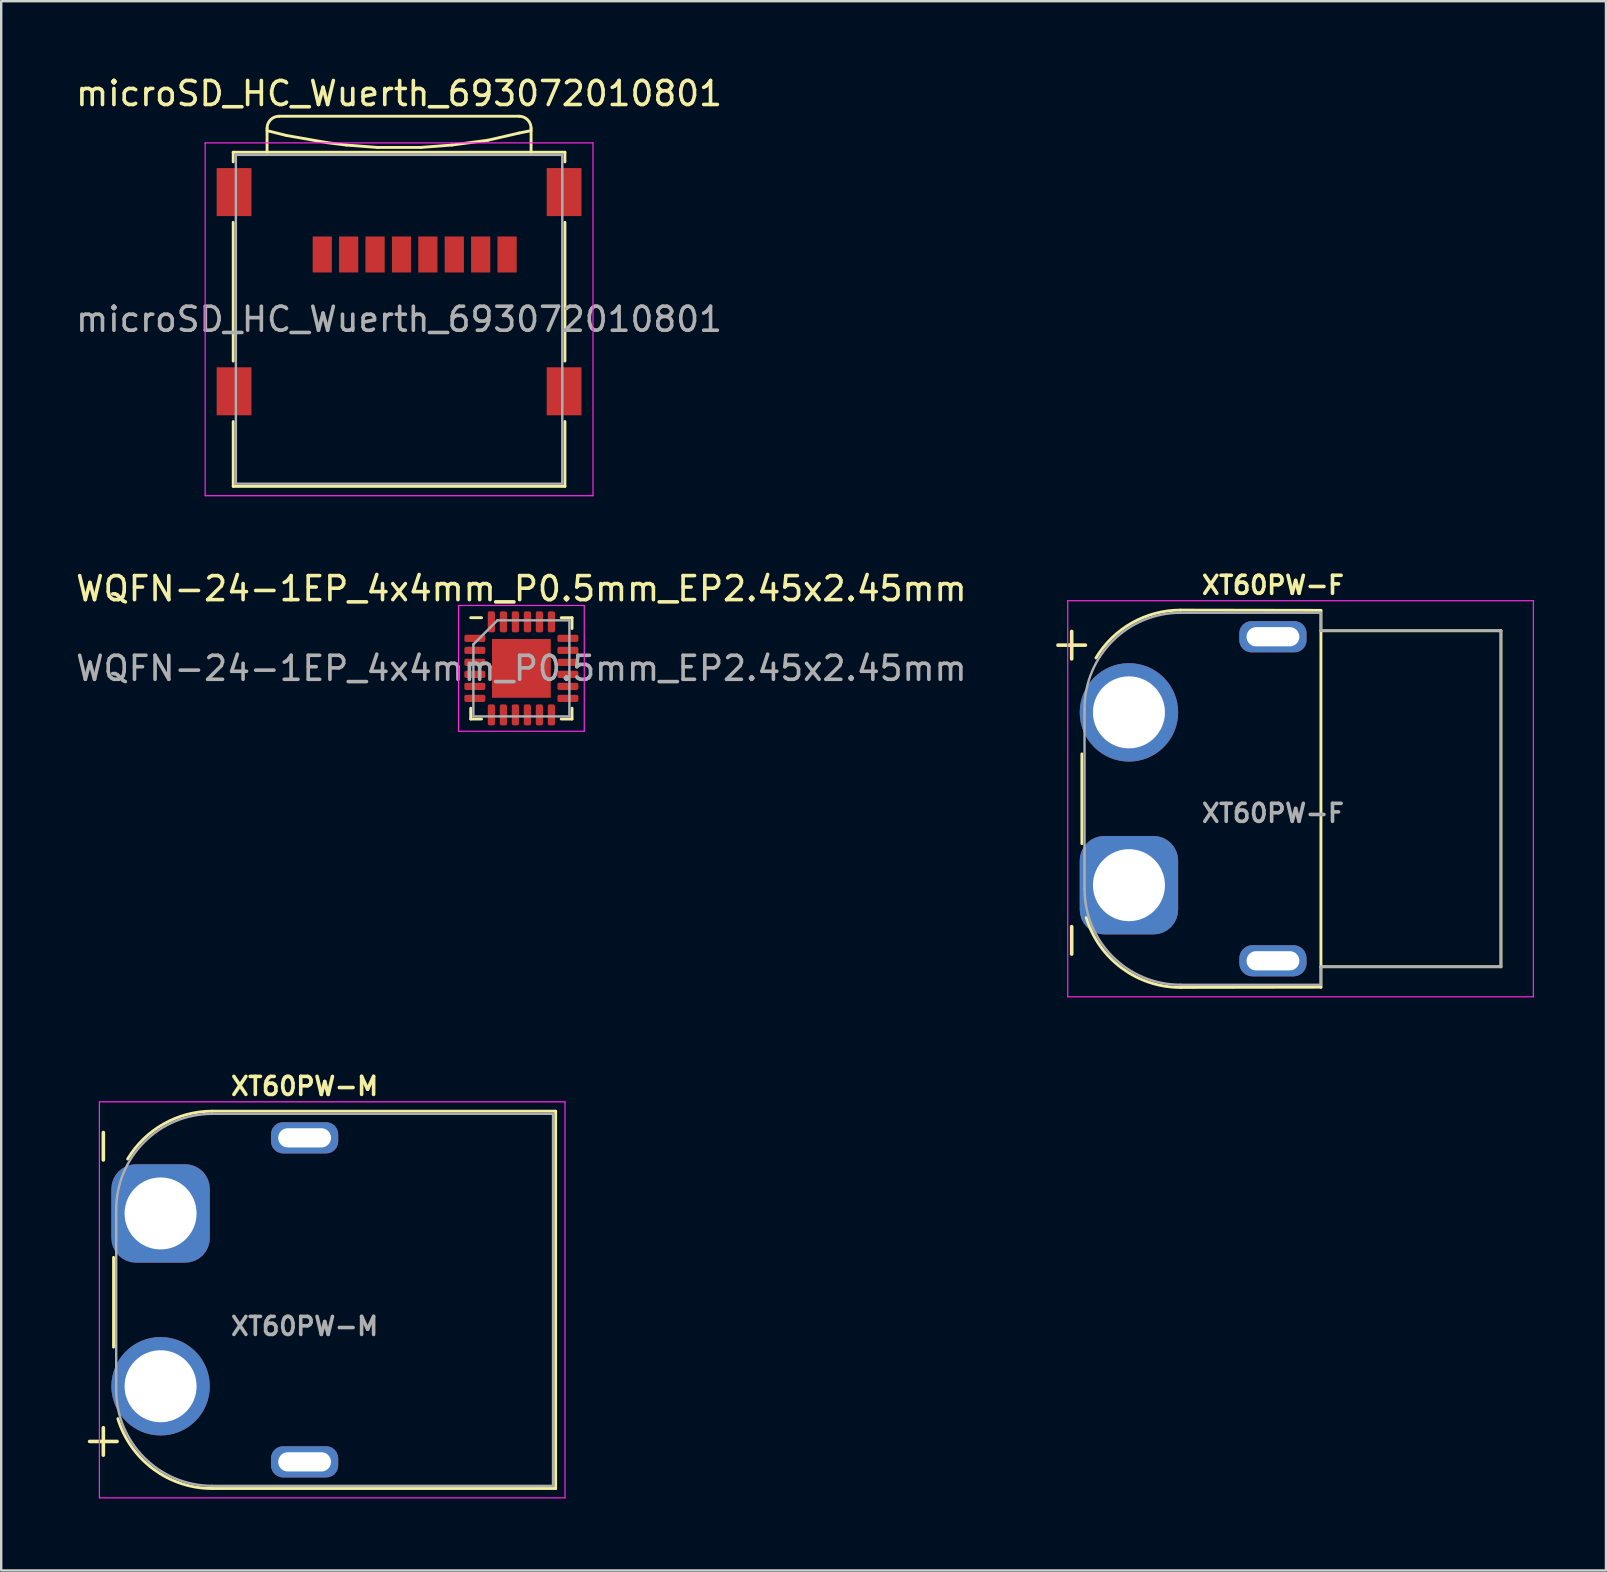
<source format=kicad_pcb>
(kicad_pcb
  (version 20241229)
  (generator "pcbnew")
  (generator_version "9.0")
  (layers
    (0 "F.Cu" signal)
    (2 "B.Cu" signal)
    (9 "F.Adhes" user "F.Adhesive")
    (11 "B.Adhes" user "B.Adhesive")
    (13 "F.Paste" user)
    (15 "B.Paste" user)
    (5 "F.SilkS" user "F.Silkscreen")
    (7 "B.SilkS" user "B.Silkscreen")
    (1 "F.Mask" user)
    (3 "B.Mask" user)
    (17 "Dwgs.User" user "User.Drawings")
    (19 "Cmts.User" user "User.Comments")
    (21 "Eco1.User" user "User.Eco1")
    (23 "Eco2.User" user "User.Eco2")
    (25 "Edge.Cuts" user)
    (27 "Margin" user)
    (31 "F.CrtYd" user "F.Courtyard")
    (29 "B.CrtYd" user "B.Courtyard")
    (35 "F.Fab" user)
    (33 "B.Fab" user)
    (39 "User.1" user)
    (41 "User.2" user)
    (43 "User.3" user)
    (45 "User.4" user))
  (footprint "XT60PW-F"
    (layer "F.Cu")
    (at 43.986 30.23)
    (property "Reference" "XT60PW-F" (at 6 -8.9 0) (unlocked yes) (layer "F.SilkS") (effects (font (size 0.75 0.75) (thickness 0.15) (bold yes))))
    (attr through_hole)
    (fp_line (start -1.96 -1.87) (end -1.96 1.87) (stroke (width 0.12) (type solid)) (layer "F.SilkS"))
    (fp_line (start 8 -7.85) (end 2.15 -7.86) (stroke (width 0.12) (type solid)) (layer "F.SilkS"))
    (fp_line (start 8 -7) (end 15.5 -7) (stroke (width 0.12) (type default)) (layer "F.SilkS"))
    (fp_line (start 8 7) (end 15.5 7) (stroke (width 0.12) (type default)) (layer "F.SilkS"))
    (fp_line (start 8 7.85) (end 2.15 7.86) (stroke (width 0.12) (type solid)) (layer "F.SilkS"))
    (fp_line (start 8 7.85) (end 8 -7.85) (stroke (width 0.12) (type default)) (layer "F.SilkS"))
    (fp_line (start 15.5 7) (end 15.5 -7) (stroke (width 0.12) (type default)) (layer "F.SilkS"))
    (fp_arc (start -1.372958 -5.866806) (mid 0.126139 -7.327162) (end 2.15 -7.86) (stroke (width 0.12) (type solid)) (layer "F.SilkS"))
    (fp_arc (start 2.15 7.86) (mid -0.294722 7.053852) (end -1.780413 4.951648) (stroke (width 0.12) (type solid)) (layer "F.SilkS"))
    (fp_line (start -2.55 8.25) (end -2.55 -8.25) (stroke (width 0.05) (type solid)) (layer "F.CrtYd"))
    (fp_line (start 16.85 -8.25) (end -2.55 -8.25) (stroke (width 0.05) (type solid)) (layer "F.CrtYd"))
    (fp_line (start 16.85 -8.25) (end 16.85 8.25) (stroke (width 0.05) (type solid)) (layer "F.CrtYd"))
    (fp_line (start 16.85 8.25) (end -2.55 8.25) (stroke (width 0.05) (type solid)) (layer "F.CrtYd"))
    (fp_line (start -1.85 -3.75) (end -1.85 3.75) (stroke (width 0.1) (type solid)) (layer "F.Fab"))
    (fp_line (start 8 -7.75) (end 2.15 -7.75) (stroke (width 0.1) (type solid)) (layer "F.Fab"))
    (fp_line (start 8 -7.75) (end 8 -7) (stroke (width 0.1) (type default)) (layer "F.Fab"))
    (fp_line (start 8 -7) (end 15.5 -7) (stroke (width 0.1) (type default)) (layer "F.Fab"))
    (fp_line (start 8 7) (end 8 7.75) (stroke (width 0.1) (type default)) (layer "F.Fab"))
    (fp_line (start 8 7.75) (end 2.15 7.75) (stroke (width 0.1) (type solid)) (layer "F.Fab"))
    (fp_line (start 15.5 -7) (end 15.5 7) (stroke (width 0.1) (type solid)) (layer "F.Fab"))
    (fp_line (start 15.5 7) (end 8 7) (stroke (width 0.1) (type default)) (layer "F.Fab"))
    (fp_arc (start -1.85 -3.75) (mid -0.678427 -6.578427) (end 2.15 -7.75) (stroke (width 0.1) (type solid)) (layer "F.Fab"))
    (fp_arc (start 2.15 7.75) (mid -0.678427 6.578427) (end -1.85 3.75) (stroke (width 0.1) (type solid)) (layer "F.Fab"))
    (fp_text user "-" (at -2.5 5.9 270) (layer "F.SilkS") (effects (font (size 1.5 1.5) (thickness 0.15))))
    (fp_text user "+" (at -2.5 -6.4 270) (layer "F.SilkS") (effects (font (size 1.5 1.5) (thickness 0.15))))
    (fp_text user "${REFERENCE}" (at 6 0.6 0) (unlocked yes) (layer "F.Fab") (effects (font (size 0.75 0.75) (thickness 0.15))))
    (pad "" thru_hole roundrect (at 6 -6.75 270) (size 1.3 2.8) (drill oval 0.8 2.2) (layers "*.Cu" "*.Mask") (roundrect_rratio 0.385))
    (pad "" thru_hole roundrect (at 6 6.75 270) (size 1.3 2.8) (drill oval 0.8 2.2) (layers "*.Cu" "*.Mask") (roundrect_rratio 0.417))
    (pad "1" thru_hole roundrect (at 0 3.6 270) (size 4.1 4.1) (drill 3) (layers "*.Cu" "*.Mask") (roundrect_rratio 0.25))
    (pad "2" thru_hole circle (at 0 -3.6 270) (size 4.1 4.1) (drill 3) (layers "*.Cu" "*.Mask")))
  (footprint "XT60PW-M"
    (layer "F.Cu")
    (at 9.641 51.207)
    (property "Reference" "XT60PW-M" (at 0 -9 0) (unlocked yes) (layer "F.SilkS") (effects (font (size 0.75 0.75) (thickness 0.15) (bold yes))))
    (attr through_hole)
    (fp_line (start -7.96 -1.87) (end -7.96 1.87) (stroke (width 0.12) (type solid)) (layer "F.SilkS"))
    (fp_line (start 10.46 -7.96) (end -3.85 -7.96) (stroke (width 0.12) (type solid)) (layer "F.SilkS"))
    (fp_line (start 10.46 -7.96) (end 10.46 7.76) (stroke (width 0.12) (type solid)) (layer "F.SilkS"))
    (fp_line (start 10.46 7.76) (end -3.85 7.76) (stroke (width 0.12) (type solid)) (layer "F.SilkS"))
    (fp_arc (start -7.372958 -5.966806) (mid -5.873861 -7.427162) (end -3.85 -7.96) (stroke (width 0.12) (type solid)) (layer "F.SilkS"))
    (fp_arc (start -3.85 7.76) (mid -6.294722 6.953852) (end -7.780413 4.851648) (stroke (width 0.12) (type solid)) (layer "F.SilkS"))
    (fp_line (start -8.55 8.15) (end -8.55 -8.35) (stroke (width 0.05) (type solid)) (layer "F.CrtYd"))
    (fp_line (start 10.85 -8.35) (end -8.55 -8.35) (stroke (width 0.05) (type solid)) (layer "F.CrtYd"))
    (fp_line (start 10.85 -8.35) (end 10.85 8.15) (stroke (width 0.05) (type solid)) (layer "F.CrtYd"))
    (fp_line (start 10.85 8.15) (end -8.55 8.15) (stroke (width 0.05) (type solid)) (layer "F.CrtYd"))
    (fp_line (start -7.85 -3.85) (end -7.85 3.65) (stroke (width 0.1) (type solid)) (layer "F.Fab"))
    (fp_line (start 10.35 -7.85) (end -3.85 -7.85) (stroke (width 0.1) (type solid)) (layer "F.Fab"))
    (fp_line (start 10.35 -7.85) (end 10.35 7.65) (stroke (width 0.1) (type solid)) (layer "F.Fab"))
    (fp_line (start 10.35 7.65) (end -3.85 7.65) (stroke (width 0.1) (type solid)) (layer "F.Fab"))
    (fp_arc (start -7.85 -3.85) (mid -6.678427 -6.678427) (end -3.85 -7.85) (stroke (width 0.1) (type solid)) (layer "F.Fab"))
    (fp_arc (start -3.85 7.65) (mid -6.678427 6.478427) (end -7.85 3.65) (stroke (width 0.1) (type solid)) (layer "F.Fab"))
    (fp_text user "-" (at -8.5 -6.5 270) (layer "F.SilkS") (effects (font (size 1.5 1.5) (thickness 0.15))))
    (fp_text user "+" (at -8.5 5.8 270) (layer "F.SilkS") (effects (font (size 1.5 1.5) (thickness 0.15))))
    (fp_text user "${REFERENCE}" (at 0 1 0) (unlocked yes) (layer "F.Fab") (effects (font (size 0.75 0.75) (thickness 0.15))))
    (pad "" thru_hole roundrect (at 0 -6.85 270) (size 1.3 2.8) (drill oval 0.8 2.2) (layers "*.Cu" "*.Mask") (roundrect_rratio 0.385))
    (pad "" thru_hole roundrect (at 0 6.65 270) (size 1.3 2.8) (drill oval 0.8 2.2) (layers "*.Cu" "*.Mask") (roundrect_rratio 0.385))
    (pad "1" thru_hole roundrect (at -6 -3.7 270) (size 4.1 4.1) (drill 3) (layers "*.Cu" "*.Mask") (roundrect_rratio 0.25))
    (pad "2" thru_hole circle (at -6 3.5 270) (size 4.1 4.1) (drill 3) (layers "*.Cu" "*.Mask")))
  (footprint "WQFN-24-1EP_4x4mm_P0.5mm_EP2.45x2.45mm"
    (layer "F.Cu")
    (at 18.673 24.797)
    (property "Reference" "WQFN-24-1EP_4x4mm_P0.5mm_EP2.45x2.45mm" (at 0 -3.32 0) (layer "F.SilkS") (effects (font (size 1 1) (thickness 0.15))))
    (attr smd)
    (fp_line (start -2.11 2.11) (end -2.11 1.66) (stroke (width 0.12) (type solid)) (layer "F.SilkS"))
    (fp_line (start -1.66 -2.11) (end -2.11 -2.11) (stroke (width 0.12) (type solid)) (layer "F.SilkS"))
    (fp_line (start -1.66 2.11) (end -2.11 2.11) (stroke (width 0.12) (type solid)) (layer "F.SilkS"))
    (fp_line (start 1.66 -2.11) (end 2.11 -2.11) (stroke (width 0.12) (type solid)) (layer "F.SilkS"))
    (fp_line (start 1.66 2.11) (end 2.11 2.11) (stroke (width 0.12) (type solid)) (layer "F.SilkS"))
    (fp_line (start 2.11 -2.11) (end 2.11 -1.66) (stroke (width 0.12) (type solid)) (layer "F.SilkS"))
    (fp_line (start 2.11 2.11) (end 2.11 1.66) (stroke (width 0.12) (type solid)) (layer "F.SilkS"))
    (fp_line (start -2.62 -2.62) (end -2.62 2.62) (stroke (width 0.05) (type solid)) (layer "F.CrtYd"))
    (fp_line (start -2.62 2.62) (end 2.62 2.62) (stroke (width 0.05) (type solid)) (layer "F.CrtYd"))
    (fp_line (start 2.62 -2.62) (end -2.62 -2.62) (stroke (width 0.05) (type solid)) (layer "F.CrtYd"))
    (fp_line (start 2.62 2.62) (end 2.62 -2.62) (stroke (width 0.05) (type solid)) (layer "F.CrtYd"))
    (fp_line (start -2 -1) (end -1 -2) (stroke (width 0.1) (type solid)) (layer "F.Fab"))
    (fp_line (start -2 2) (end -2 -1) (stroke (width 0.1) (type solid)) (layer "F.Fab"))
    (fp_line (start -1 -2) (end 2 -2) (stroke (width 0.1) (type solid)) (layer "F.Fab"))
    (fp_line (start 2 -2) (end 2 2) (stroke (width 0.1) (type solid)) (layer "F.Fab"))
    (fp_line (start 2 2) (end -2 2) (stroke (width 0.1) (type solid)) (layer "F.Fab"))
    (fp_text user "${REFERENCE}" (at 0 0 0) (layer "F.Fab") (effects (font (size 1 1) (thickness 0.15))))
    (pad "" smd roundrect (at -0.61 -0.61) (size 0.99 0.99) (layers "F.Paste") (roundrect_rratio 0.25))
    (pad "" smd roundrect (at -0.61 0.61) (size 0.99 0.99) (layers "F.Paste") (roundrect_rratio 0.25))
    (pad "" smd roundrect (at 0.61 -0.61) (size 0.99 0.99) (layers "F.Paste") (roundrect_rratio 0.25))
    (pad "" smd roundrect (at 0.61 0.61) (size 0.99 0.99) (layers "F.Paste") (roundrect_rratio 0.25))
    (pad "1" smd roundrect (at -1.938 -1.25) (size 0.875 0.3) (layers "F.Cu" "F.Mask" "F.Paste") (roundrect_rratio 0.25))
    (pad "2" smd roundrect (at -1.938 -0.75) (size 0.875 0.3) (layers "F.Cu" "F.Mask" "F.Paste") (roundrect_rratio 0.25))
    (pad "3" smd roundrect (at -1.938 -0.25) (size 0.875 0.3) (layers "F.Cu" "F.Mask" "F.Paste") (roundrect_rratio 0.25))
    (pad "4" smd roundrect (at -1.938 0.25) (size 0.875 0.3) (layers "F.Cu" "F.Mask" "F.Paste") (roundrect_rratio 0.25))
    (pad "5" smd roundrect (at -1.938 0.75) (size 0.875 0.3) (layers "F.Cu" "F.Mask" "F.Paste") (roundrect_rratio 0.25))
    (pad "6" smd roundrect (at -1.938 1.25) (size 0.875 0.3) (layers "F.Cu" "F.Mask" "F.Paste") (roundrect_rratio 0.25))
    (pad "7" smd roundrect (at -1.25 1.938) (size 0.3 0.875) (layers "F.Cu" "F.Mask" "F.Paste") (roundrect_rratio 0.25))
    (pad "8" smd roundrect (at -0.75 1.938) (size 0.3 0.875) (layers "F.Cu" "F.Mask" "F.Paste") (roundrect_rratio 0.25))
    (pad "9" smd roundrect (at -0.25 1.938) (size 0.3 0.875) (layers "F.Cu" "F.Mask" "F.Paste") (roundrect_rratio 0.25))
    (pad "10" smd roundrect (at 0.25 1.938) (size 0.3 0.875) (layers "F.Cu" "F.Mask" "F.Paste") (roundrect_rratio 0.25))
    (pad "11" smd roundrect (at 0.75 1.938) (size 0.3 0.875) (layers "F.Cu" "F.Mask" "F.Paste") (roundrect_rratio 0.25))
    (pad "12" smd roundrect (at 1.25 1.938) (size 0.3 0.875) (layers "F.Cu" "F.Mask" "F.Paste") (roundrect_rratio 0.25))
    (pad "13" smd roundrect (at 1.938 1.25) (size 0.875 0.3) (layers "F.Cu" "F.Mask" "F.Paste") (roundrect_rratio 0.25))
    (pad "14" smd roundrect (at 1.938 0.75) (size 0.875 0.3) (layers "F.Cu" "F.Mask" "F.Paste") (roundrect_rratio 0.25))
    (pad "15" smd roundrect (at 1.938 0.25) (size 0.875 0.3) (layers "F.Cu" "F.Mask" "F.Paste") (roundrect_rratio 0.25))
    (pad "16" smd roundrect (at 1.938 -0.25) (size 0.875 0.3) (layers "F.Cu" "F.Mask" "F.Paste") (roundrect_rratio 0.25))
    (pad "17" smd roundrect (at 1.938 -0.75) (size 0.875 0.3) (layers "F.Cu" "F.Mask" "F.Paste") (roundrect_rratio 0.25))
    (pad "18" smd roundrect (at 1.938 -1.25) (size 0.875 0.3) (layers "F.Cu" "F.Mask" "F.Paste") (roundrect_rratio 0.25))
    (pad "19" smd roundrect (at 1.25 -1.938) (size 0.3 0.875) (layers "F.Cu" "F.Mask" "F.Paste") (roundrect_rratio 0.25))
    (pad "20" smd roundrect (at 0.75 -1.938) (size 0.3 0.875) (layers "F.Cu" "F.Mask" "F.Paste") (roundrect_rratio 0.25))
    (pad "21" smd roundrect (at 0.25 -1.938) (size 0.3 0.875) (layers "F.Cu" "F.Mask" "F.Paste") (roundrect_rratio 0.25))
    (pad "22" smd roundrect (at -0.25 -1.938) (size 0.3 0.875) (layers "F.Cu" "F.Mask" "F.Paste") (roundrect_rratio 0.25))
    (pad "23" smd roundrect (at -0.75 -1.938) (size 0.3 0.875) (layers "F.Cu" "F.Mask" "F.Paste") (roundrect_rratio 0.25))
    (pad "24" smd roundrect (at -1.25 -1.938) (size 0.3 0.875) (layers "F.Cu" "F.Mask" "F.Paste") (roundrect_rratio 0.25))
    (pad "25" smd rect (at 0 0) (size 2.45 2.45) (layers "F.Cu" "F.Mask")))
  (footprint "microSD_HC_Wuerth_693072010801"
    (layer "F.Cu")
    (at 13.577 9.103)
    (property "Reference" "microSD_HC_Wuerth_693072010801" (at 0 -8.255 0) (layer "F.SilkS") (effects (font (size 1 1) (thickness 0.15))))
    (attr through_hole)
    (fp_line (start -6.91 -5.81) (end -6.91 -5.41) (stroke (width 0.12) (type solid)) (layer "F.SilkS"))
    (fp_line (start -6.91 -5.81) (end 6.91 -5.81) (stroke (width 0.12) (type solid)) (layer "F.SilkS"))
    (fp_line (start -6.91 -2.89) (end -6.91 2.89) (stroke (width 0.12) (type solid)) (layer "F.SilkS"))
    (fp_line (start -6.91 5.41) (end -6.91 8.11) (stroke (width 0.12) (type solid)) (layer "F.SilkS"))
    (fp_line (start -5.5 -6.71) (end -4.7 -6.51) (stroke (width 0.12) (type solid)) (layer "F.SilkS"))
    (fp_line (start -5.5 -5.81) (end -5.5 -6.81) (stroke (width 0.12) (type solid)) (layer "F.SilkS"))
    (fp_line (start -5 -7.31) (end 5 -7.31) (stroke (width 0.12) (type solid)) (layer "F.SilkS"))
    (fp_line (start -4.7 -6.51) (end -3 -6.21) (stroke (width 0.12) (type solid)) (layer "F.SilkS"))
    (fp_line (start -3 -6.21) (end -2.2 -6.11) (stroke (width 0.12) (type solid)) (layer "F.SilkS"))
    (fp_line (start -2.2 -6.11) (end -0.9 -6.01) (stroke (width 0.12) (type solid)) (layer "F.SilkS"))
    (fp_line (start -0.9 -6.01) (end 0.9 -6.01) (stroke (width 0.12) (type solid)) (layer "F.SilkS"))
    (fp_line (start 0.9 -6.01) (end 2.2 -6.11) (stroke (width 0.12) (type solid)) (layer "F.SilkS"))
    (fp_line (start 2.2 -6.11) (end 3.7 -6.31) (stroke (width 0.12) (type solid)) (layer "F.SilkS"))
    (fp_line (start 3.7 -6.31) (end 5 -6.61) (stroke (width 0.12) (type solid)) (layer "F.SilkS"))
    (fp_line (start 5 -6.61) (end 5.5 -6.71) (stroke (width 0.12) (type solid)) (layer "F.SilkS"))
    (fp_line (start 5.5 -5.81) (end 5.5 -6.81) (stroke (width 0.12) (type solid)) (layer "F.SilkS"))
    (fp_line (start 6.91 -5.81) (end 6.91 -5.41) (stroke (width 0.12) (type solid)) (layer "F.SilkS"))
    (fp_line (start 6.91 -2.89) (end 6.91 2.89) (stroke (width 0.12) (type solid)) (layer "F.SilkS"))
    (fp_line (start 6.91 5.41) (end 6.91 8.11) (stroke (width 0.12) (type solid)) (layer "F.SilkS"))
    (fp_line (start 6.91 8.11) (end -6.91 8.11) (stroke (width 0.12) (type solid)) (layer "F.SilkS"))
    (fp_arc (start -5.5 -6.81) (mid -5.353553 -7.163553) (end -5 -7.31) (stroke (width 0.12) (type solid)) (layer "F.SilkS"))
    (fp_arc (start 5 -7.31) (mid 5.353553 -7.163553) (end 5.5 -6.81) (stroke (width 0.12) (type solid)) (layer "F.SilkS"))
    (fp_line (start -8.08 -6.2) (end -8.08 8.5) (stroke (width 0.05) (type solid)) (layer "F.CrtYd"))
    (fp_line (start 8.08 -6.2) (end -8.08 -6.2) (stroke (width 0.05) (type solid)) (layer "F.CrtYd"))
    (fp_line (start 8.08 -6.2) (end 8.08 8.5) (stroke (width 0.05) (type solid)) (layer "F.CrtYd"))
    (fp_line (start 8.08 8.5) (end -8.08 8.5) (stroke (width 0.05) (type solid)) (layer "F.CrtYd"))
    (fp_line (start -6.8 -5.7) (end -6.8 8) (stroke (width 0.1) (type solid)) (layer "F.Fab"))
    (fp_line (start -6.8 8) (end 6.8 8) (stroke (width 0.1) (type solid)) (layer "F.Fab"))
    (fp_line (start 6.8 -5.7) (end -6.8 -5.7) (stroke (width 0.1) (type solid)) (layer "F.Fab"))
    (fp_line (start 6.8 8) (end 6.8 -5.7) (stroke (width 0.1) (type solid)) (layer "F.Fab"))
    (fp_text user "${REFERENCE}" (at 0 1.15 0) (layer "F.Fab") (effects (font (size 1 1) (thickness 0.15))))
    (pad "1" smd rect (at -3.2 -1.55) (size 0.8 1.5) (layers "F.Cu" "F.Mask" "F.Paste"))
    (pad "2" smd rect (at -2.1 -1.55) (size 0.8 1.5) (layers "F.Cu" "F.Mask" "F.Paste"))
    (pad "3" smd rect (at -1 -1.55) (size 0.8 1.5) (layers "F.Cu" "F.Mask" "F.Paste"))
    (pad "4" smd rect (at 0.1 -1.55) (size 0.8 1.5) (layers "F.Cu" "F.Mask" "F.Paste"))
    (pad "5" smd rect (at 1.2 -1.55) (size 0.8 1.5) (layers "F.Cu" "F.Mask" "F.Paste"))
    (pad "6" smd rect (at 2.3 -1.55) (size 0.8 1.5) (layers "F.Cu" "F.Mask" "F.Paste"))
    (pad "7" smd rect (at 3.4 -1.55) (size 0.8 1.5) (layers "F.Cu" "F.Mask" "F.Paste"))
    (pad "8" smd rect (at 4.5 -1.55) (size 0.8 1.5) (layers "F.Cu" "F.Mask" "F.Paste"))
    (pad "9" smd rect (at -6.875 -4.15) (size 1.45 2) (layers "F.Cu" "F.Mask" "F.Paste"))
    (pad "9" smd rect (at -6.875 4.15) (size 1.45 2) (layers "F.Cu" "F.Mask" "F.Paste"))
    (pad "9" smd rect (at 6.875 -4.15) (size 1.45 2) (layers "F.Cu" "F.Mask" "F.Paste"))
    (pad "9" smd rect (at 6.875 4.15) (size 1.45 2) (layers "F.Cu" "F.Mask" "F.Paste")))
  (gr_rect
    (start -3 -3)
    (end 63.861 62.382)
    (stroke (width 0.1) (type default))
    (fill no)
    (layer "Edge.Cuts")))
</source>
